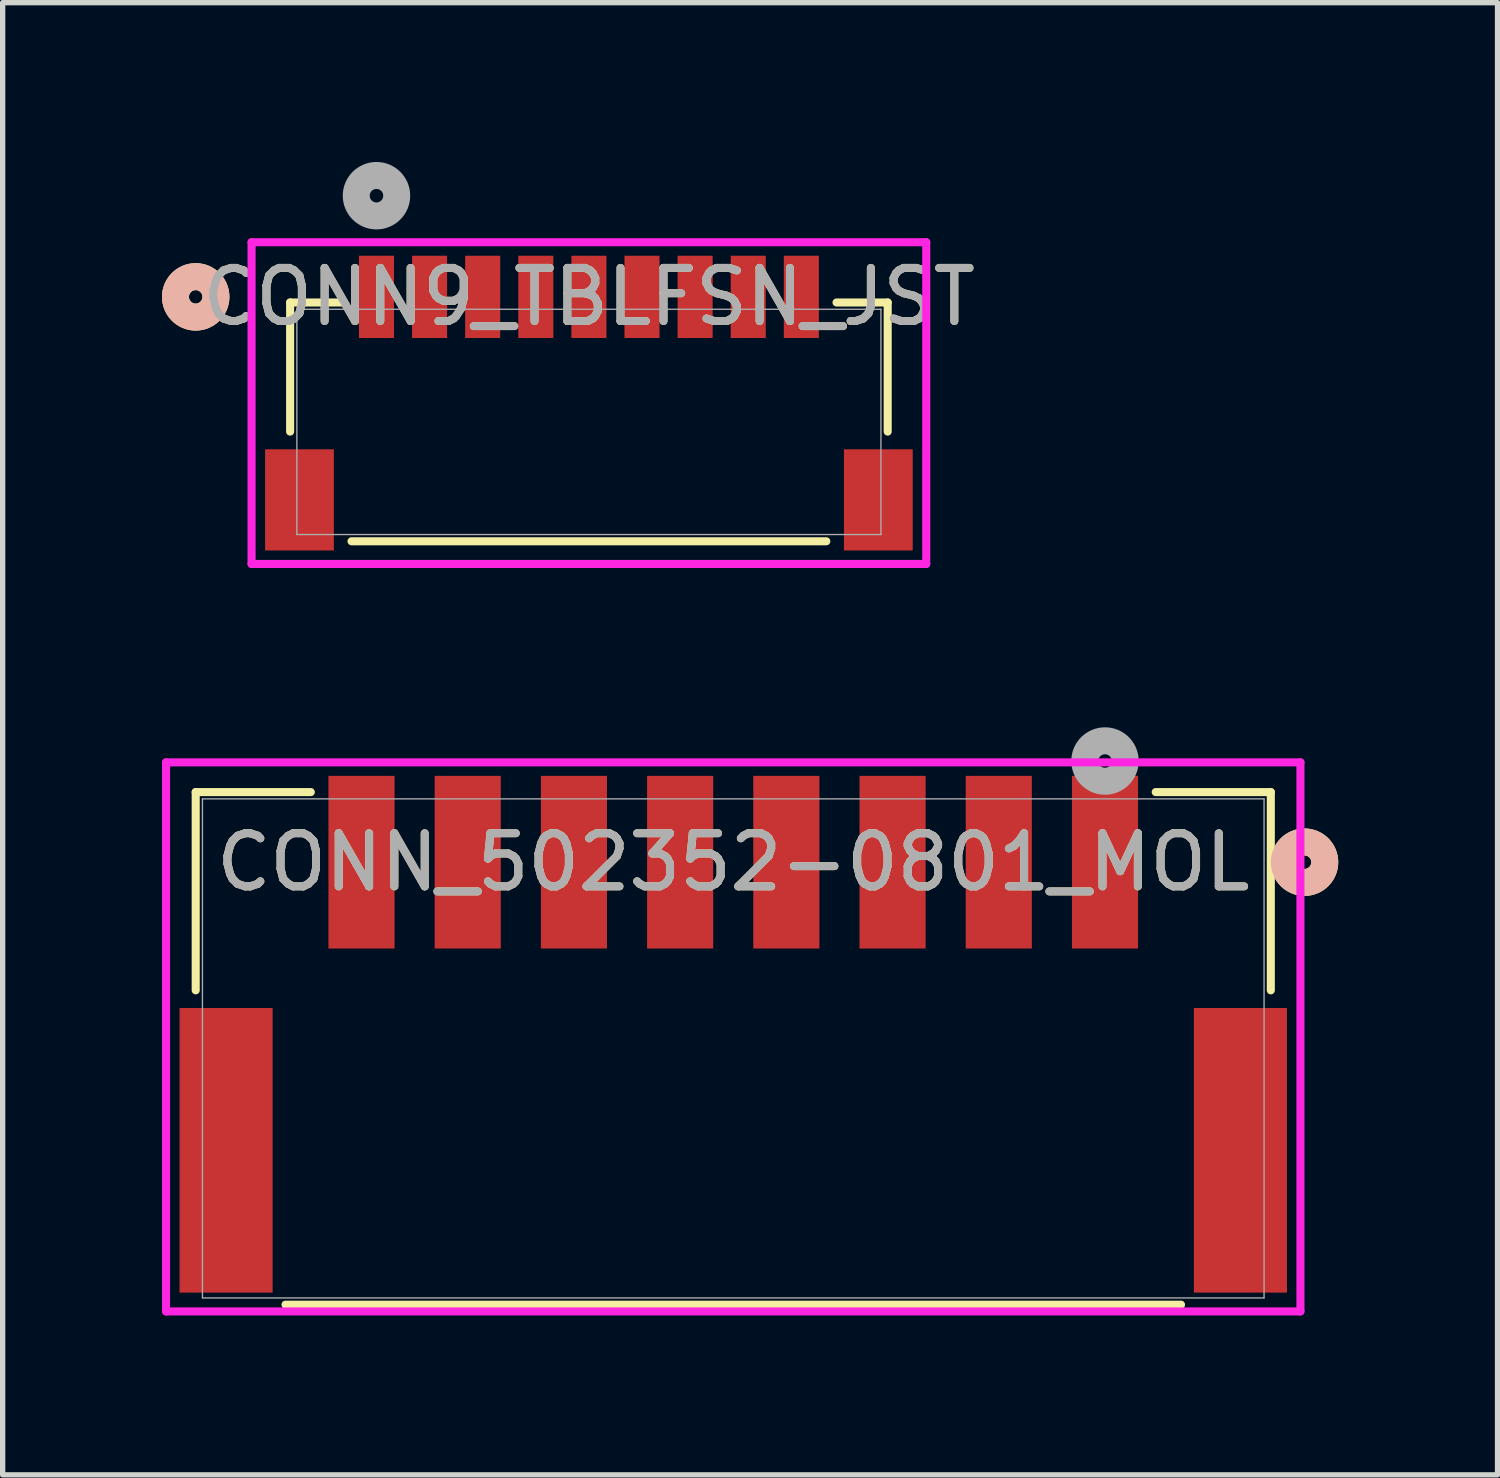
<source format=kicad_pcb>
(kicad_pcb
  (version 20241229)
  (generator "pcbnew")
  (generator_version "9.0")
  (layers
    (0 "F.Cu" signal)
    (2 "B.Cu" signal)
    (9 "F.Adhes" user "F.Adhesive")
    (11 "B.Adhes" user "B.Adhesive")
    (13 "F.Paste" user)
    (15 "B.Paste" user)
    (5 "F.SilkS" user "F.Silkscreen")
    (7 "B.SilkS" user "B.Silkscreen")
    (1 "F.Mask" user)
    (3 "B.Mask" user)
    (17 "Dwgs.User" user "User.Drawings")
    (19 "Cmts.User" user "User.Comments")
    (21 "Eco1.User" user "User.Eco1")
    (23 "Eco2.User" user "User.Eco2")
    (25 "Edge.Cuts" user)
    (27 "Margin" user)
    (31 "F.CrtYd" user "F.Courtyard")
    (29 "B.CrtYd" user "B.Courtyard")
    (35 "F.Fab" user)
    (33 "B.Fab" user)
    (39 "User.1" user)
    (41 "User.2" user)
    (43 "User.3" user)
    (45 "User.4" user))
  (footprint "CONN_502352-0801_MOL"
    (layer "F.Cu")
    (at 10.757 16.691)
    (property "Reference" "CONN_502352-0801_MOL" (at 0 -3.506 0) (unlocked yes) (layer "F.SilkS") (effects (font (size 1 1) (thickness 0.15))))
    (attr smd)
    (fp_line (start -10.122 -4.826) (end -10.122 -1.093) (stroke (width 0.152) (type solid)) (layer "F.SilkS"))
    (fp_line (start -8.431 4.826) (end 8.431 4.826) (stroke (width 0.152) (type solid)) (layer "F.SilkS"))
    (fp_line (start -7.955 -4.826) (end -10.122 -4.826) (stroke (width 0.152) (type solid)) (layer "F.SilkS"))
    (fp_line (start 10.122 -4.826) (end 7.955 -4.826) (stroke (width 0.152) (type solid)) (layer "F.SilkS"))
    (fp_line (start 10.122 -1.093) (end 10.122 -4.826) (stroke (width 0.152) (type solid)) (layer "F.SilkS"))
    (fp_circle (center 10.757 -3.506) (end 11.138 -3.506) (stroke (width 0.508) (type solid)) (fill no) (layer "F.SilkS"))
    (fp_circle (center 10.757 -3.506) (end 11.138 -3.506) (stroke (width 0.508) (type solid)) (fill no) (layer "B.SilkS"))
    (fp_line (start -10.68 -5.386) (end -10.68 4.953) (stroke (width 0.152) (type solid)) (layer "F.CrtYd"))
    (fp_line (start -10.68 4.953) (end 10.68 4.953) (stroke (width 0.152) (type solid)) (layer "F.CrtYd"))
    (fp_line (start 10.68 -5.386) (end -10.68 -5.386) (stroke (width 0.152) (type solid)) (layer "F.CrtYd"))
    (fp_line (start 10.68 4.953) (end 10.68 -5.386) (stroke (width 0.152) (type solid)) (layer "F.CrtYd"))
    (fp_line (start -9.995 -4.699) (end -9.995 4.699) (stroke (width 0.025) (type solid)) (layer "F.Fab"))
    (fp_line (start -9.995 4.699) (end 9.995 4.699) (stroke (width 0.025) (type solid)) (layer "F.Fab"))
    (fp_line (start 9.995 -4.699) (end -9.995 -4.699) (stroke (width 0.025) (type solid)) (layer "F.Fab"))
    (fp_line (start 9.995 4.699) (end 9.995 -4.699) (stroke (width 0.025) (type solid)) (layer "F.Fab"))
    (fp_circle (center 7 -5.411) (end 7.381 -5.411) (stroke (width 0.508) (type solid)) (fill no) (layer "F.Fab"))
    (fp_text user "${REFERENCE}" (at 0 -3.506 0) (unlocked yes) (layer "F.Fab") (effects (font (size 1 1) (thickness 0.15))))
    (pad "1" smd rect (at 7 -3.506) (size 1.245 3.251) (layers "F.Cu" "F.Mask" "F.Paste"))
    (pad "2" smd rect (at 5 -3.506) (size 1.245 3.251) (layers "F.Cu" "F.Mask" "F.Paste"))
    (pad "3" smd rect (at 3 -3.506) (size 1.245 3.251) (layers "F.Cu" "F.Mask" "F.Paste"))
    (pad "4" smd rect (at 1 -3.506) (size 1.245 3.251) (layers "F.Cu" "F.Mask" "F.Paste"))
    (pad "5" smd rect (at -1 -3.506) (size 1.245 3.251) (layers "F.Cu" "F.Mask" "F.Paste"))
    (pad "6" smd rect (at -3 -3.506) (size 1.245 3.251) (layers "F.Cu" "F.Mask" "F.Paste"))
    (pad "7" smd rect (at -5 -3.506) (size 1.245 3.251) (layers "F.Cu" "F.Mask" "F.Paste"))
    (pad "8" smd rect (at -7 -3.506) (size 1.245 3.251) (layers "F.Cu" "F.Mask" "F.Paste"))
    (pad "9" smd rect (at -9.55 1.919) (size 1.753 5.359) (layers "F.Cu" "F.Mask" "F.Paste"))
    (pad "10" smd rect (at 9.55 1.919) (size 1.753 5.359) (layers "F.Cu" "F.Mask" "F.Paste")))
  (footprint "CONN9_TBLFSN_JST"
    (layer "F.Cu")
    (at 4.039 2.54)
    (property "Reference" "CONN9_TBLFSN_JST" (at 4 0 0) (unlocked yes) (layer "F.SilkS") (effects (font (size 1 1) (thickness 0.15))))
    (attr smd)
    (fp_line (start -1.626 0.106) (end -1.626 2.537) (stroke (width 0.152) (type solid)) (layer "F.SilkS"))
    (fp_line (start -0.663 0.106) (end -1.626 0.106) (stroke (width 0.152) (type solid)) (layer "F.SilkS"))
    (fp_line (start -0.47 4.602) (end 8.47 4.602) (stroke (width 0.152) (type solid)) (layer "F.SilkS"))
    (fp_line (start 9.626 0.106) (end 8.663 0.106) (stroke (width 0.152) (type solid)) (layer "F.SilkS"))
    (fp_line (start 9.626 2.537) (end 9.626 0.106) (stroke (width 0.152) (type solid)) (layer "F.SilkS"))
    (fp_circle (center -3.404 0) (end -3.023 0) (stroke (width 0.508) (type solid)) (fill no) (layer "F.SilkS"))
    (fp_circle (center -3.404 0) (end -3.023 0) (stroke (width 0.508) (type solid)) (fill no) (layer "B.SilkS"))
    (fp_line (start -2.352 -1.029) (end -2.352 5.029) (stroke (width 0.152) (type solid)) (layer "F.CrtYd"))
    (fp_line (start -2.352 5.029) (end 10.352 5.029) (stroke (width 0.152) (type solid)) (layer "F.CrtYd"))
    (fp_line (start 10.352 -1.029) (end -2.352 -1.029) (stroke (width 0.152) (type solid)) (layer "F.CrtYd"))
    (fp_line (start 10.352 5.029) (end 10.352 -1.029) (stroke (width 0.152) (type solid)) (layer "F.CrtYd"))
    (fp_line (start -1.499 0.233) (end -1.499 4.475) (stroke (width 0.025) (type solid)) (layer "F.Fab"))
    (fp_line (start -1.499 4.475) (end 9.499 4.475) (stroke (width 0.025) (type solid)) (layer "F.Fab"))
    (fp_line (start 9.499 0.233) (end -1.499 0.233) (stroke (width 0.025) (type solid)) (layer "F.Fab"))
    (fp_line (start 9.499 4.475) (end 9.499 0.233) (stroke (width 0.025) (type solid)) (layer "F.Fab"))
    (fp_circle (center 0 -1.905) (end 0.381 -1.905) (stroke (width 0.508) (type solid)) (fill no) (layer "F.Fab"))
    (fp_text user "${REFERENCE}" (at 4 0 0) (unlocked yes) (layer "F.Fab") (effects (font (size 1 1) (thickness 0.15))))
    (pad "1" smd rect (at 0 0) (size 0.66 1.549) (layers "F.Cu" "F.Mask" "F.Paste"))
    (pad "2" smd rect (at 1 0) (size 0.66 1.549) (layers "F.Cu" "F.Mask" "F.Paste"))
    (pad "3" smd rect (at 2 0) (size 0.66 1.549) (layers "F.Cu" "F.Mask" "F.Paste"))
    (pad "4" smd rect (at 3 0) (size 0.66 1.549) (layers "F.Cu" "F.Mask" "F.Paste"))
    (pad "5" smd rect (at 4 0) (size 0.66 1.549) (layers "F.Cu" "F.Mask" "F.Paste"))
    (pad "6" smd rect (at 5 0) (size 0.66 1.549) (layers "F.Cu" "F.Mask" "F.Paste"))
    (pad "7" smd rect (at 6 0) (size 0.66 1.549) (layers "F.Cu" "F.Mask" "F.Paste"))
    (pad "8" smd rect (at 7 0) (size 0.66 1.549) (layers "F.Cu" "F.Mask" "F.Paste"))
    (pad "9" smd rect (at 8 0) (size 0.66 1.549) (layers "F.Cu" "F.Mask" "F.Paste"))
    (pad "10" smd rect (at -1.45 3.823) (size 1.295 1.905) (layers "F.Cu" "F.Mask" "F.Paste"))
    (pad "11" smd rect (at 9.45 3.823) (size 1.295 1.905) (layers "F.Cu" "F.Mask" "F.Paste")))
  (gr_rect
    (start -3 -3)
    (end 25.148 24.721)
    (stroke (width 0.1) (type default))
    (fill no)
    (layer "Edge.Cuts")))
</source>
